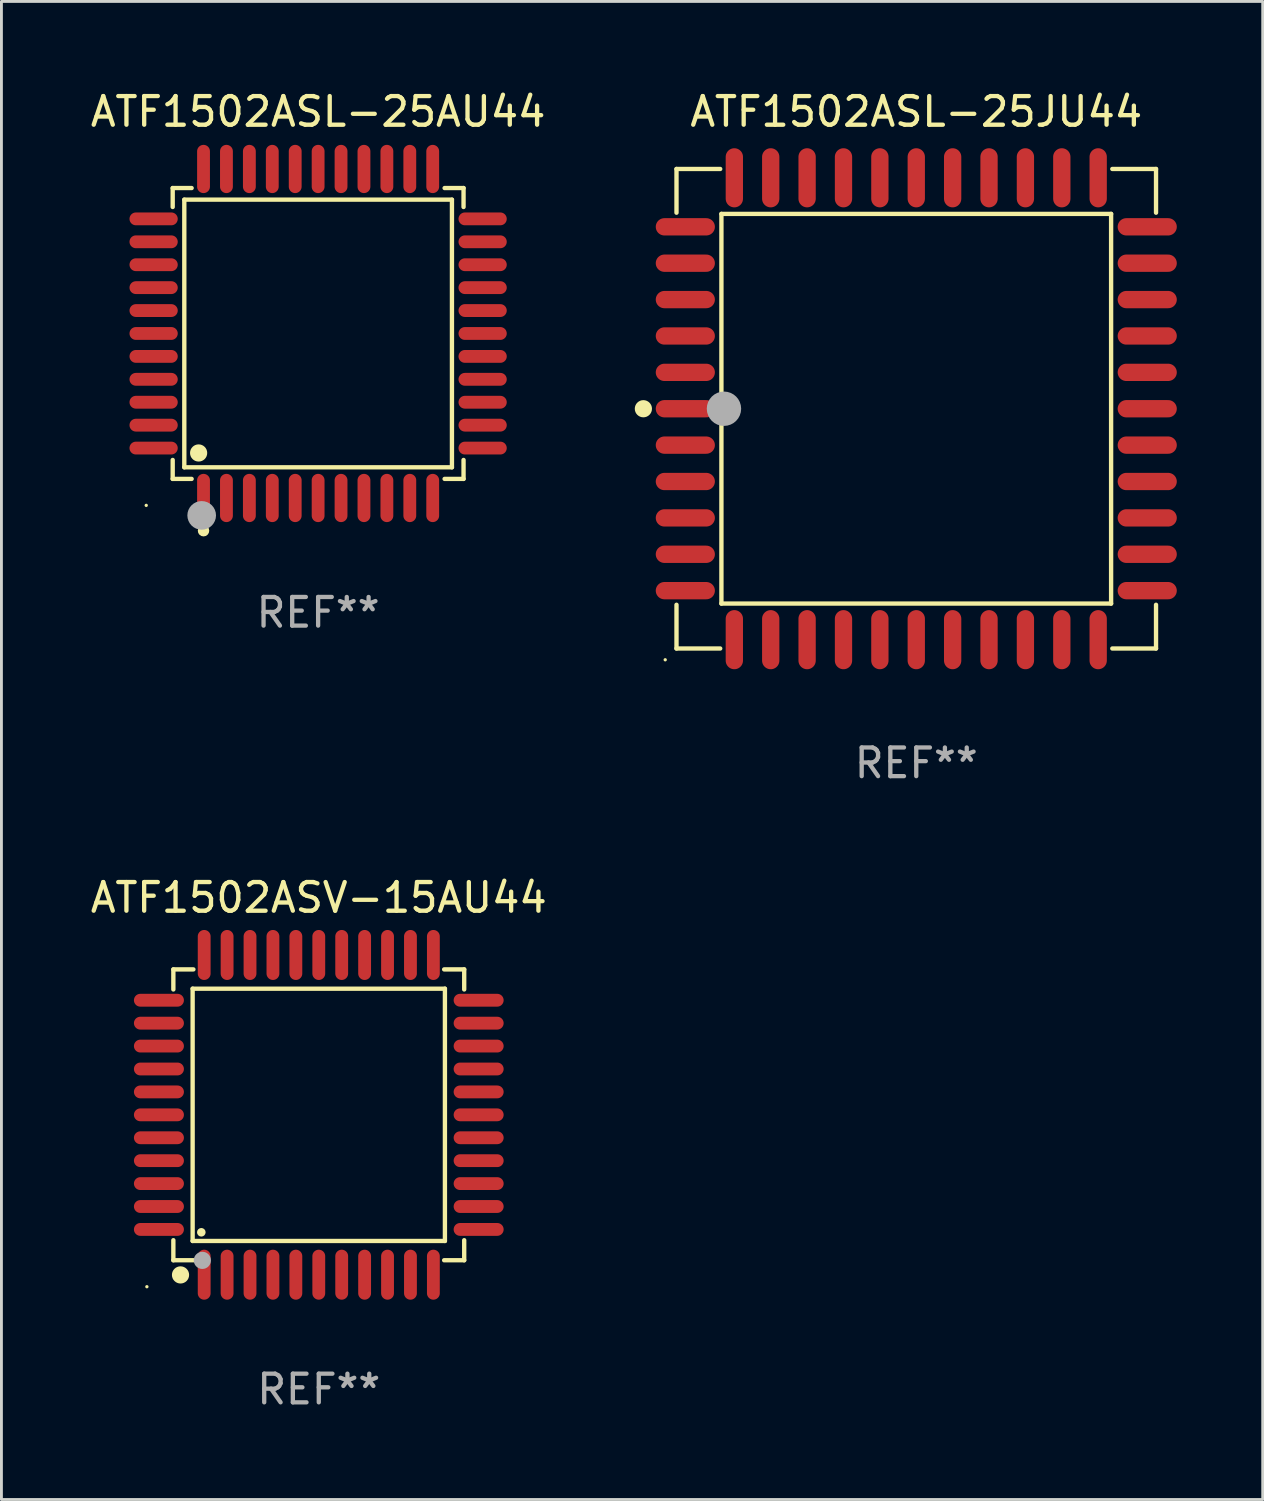
<source format=kicad_pcb>
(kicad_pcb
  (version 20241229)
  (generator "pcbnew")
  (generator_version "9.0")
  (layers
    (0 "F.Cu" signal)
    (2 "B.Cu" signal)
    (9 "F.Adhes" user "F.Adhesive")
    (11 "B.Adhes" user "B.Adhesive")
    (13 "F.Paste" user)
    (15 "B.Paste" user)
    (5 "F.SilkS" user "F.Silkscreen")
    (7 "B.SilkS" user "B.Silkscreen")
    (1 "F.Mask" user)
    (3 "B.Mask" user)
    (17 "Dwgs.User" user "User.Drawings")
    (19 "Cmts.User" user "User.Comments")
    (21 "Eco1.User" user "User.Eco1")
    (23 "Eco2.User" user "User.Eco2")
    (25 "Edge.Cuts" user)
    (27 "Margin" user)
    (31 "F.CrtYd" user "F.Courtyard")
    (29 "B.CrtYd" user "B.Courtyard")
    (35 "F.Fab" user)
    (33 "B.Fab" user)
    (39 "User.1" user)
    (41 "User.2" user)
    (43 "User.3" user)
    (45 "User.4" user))
  (footprint "ATF1502ASL-25JU44"
    (layer "F.Cu")
    (at 28.932 11.217)
    (property "Reference" "ATF1502ASL-25JU44" (at 0 -10.369 0) (layer "F.SilkS") (effects (font (size 1 1) (thickness 0.15))))
    (attr through_hole)
    (fp_line (start -8.369 -8.369) (end -6.843 -8.369) (stroke (width 0.152) (type solid)) (layer "F.SilkS"))
    (fp_line (start -8.369 -6.843) (end -8.369 -8.369) (stroke (width 0.152) (type solid)) (layer "F.SilkS"))
    (fp_line (start -8.369 6.843) (end -8.369 8.369) (stroke (width 0.152) (type solid)) (layer "F.SilkS"))
    (fp_line (start -8.369 8.369) (end -6.843 8.369) (stroke (width 0.152) (type solid)) (layer "F.SilkS"))
    (fp_line (start -6.801 -6.801) (end 6.801 -6.801) (stroke (width 0.152) (type solid)) (layer "F.SilkS"))
    (fp_line (start -6.801 6.801) (end -6.801 -6.801) (stroke (width 0.152) (type solid)) (layer "F.SilkS"))
    (fp_line (start 6.801 -6.801) (end 6.801 6.801) (stroke (width 0.152) (type solid)) (layer "F.SilkS"))
    (fp_line (start 6.801 6.801) (end -6.801 6.801) (stroke (width 0.152) (type solid)) (layer "F.SilkS"))
    (fp_line (start 8.369 -8.369) (end 6.843 -8.369) (stroke (width 0.152) (type solid)) (layer "F.SilkS"))
    (fp_line (start 8.369 -6.843) (end 8.369 -8.369) (stroke (width 0.152) (type solid)) (layer "F.SilkS"))
    (fp_line (start 8.369 6.843) (end 8.369 8.369) (stroke (width 0.152) (type solid)) (layer "F.SilkS"))
    (fp_line (start 8.369 8.369) (end 6.843 8.369) (stroke (width 0.152) (type solid)) (layer "F.SilkS"))
    (fp_circle (center -9.525 -0.000127) (end -9.375 -0.000127) (stroke (width 0.3) (type solid)) (fill no) (layer "F.SilkS"))
    (fp_circle (center -8.763 8.763) (end -8.733 8.763) (stroke (width 0.06) (type solid)) (fill no) (layer "F.SilkS"))
    (fp_circle (center -6.712 -0.000127) (end -6.412 -0.000127) (stroke (width 0.6) (type solid)) (fill no) (layer "F.Fab"))
    (fp_text user "REF**" (at 0 12.369 0) (layer "F.Fab") (effects (font (size 1 1) (thickness 0.15))))
    (pad "1" smd oval (at -8.061 -0.000127 90) (size 0.604 2.064) (layers "F.Cu" "F.Mask" "F.Paste"))
    (pad "2" smd oval (at -8.061 1.27 90) (size 0.604 2.064) (layers "F.Cu" "F.Mask" "F.Paste"))
    (pad "3" smd oval (at -8.061 2.54 90) (size 0.604 2.064) (layers "F.Cu" "F.Mask" "F.Paste"))
    (pad "4" smd oval (at -8.061 3.81 90) (size 0.604 2.064) (layers "F.Cu" "F.Mask" "F.Paste"))
    (pad "5" smd oval (at -8.061 5.08 90) (size 0.604 2.064) (layers "F.Cu" "F.Mask" "F.Paste"))
    (pad "6" smd oval (at -8.061 6.35 90) (size 0.604 2.064) (layers "F.Cu" "F.Mask" "F.Paste"))
    (pad "7" smd oval (at -6.35 8.061 90) (size 2.064 0.604) (layers "F.Cu" "F.Mask" "F.Paste"))
    (pad "8" smd oval (at -5.08 8.061 90) (size 2.064 0.604) (layers "F.Cu" "F.Mask" "F.Paste"))
    (pad "9" smd oval (at -3.81 8.061 90) (size 2.064 0.604) (layers "F.Cu" "F.Mask" "F.Paste"))
    (pad "10" smd oval (at -2.54 8.061 90) (size 2.064 0.604) (layers "F.Cu" "F.Mask" "F.Paste"))
    (pad "11" smd oval (at -1.27 8.061 90) (size 2.064 0.604) (layers "F.Cu" "F.Mask" "F.Paste"))
    (pad "12" smd oval (at 0.000076 8.061 90) (size 2.064 0.604) (layers "F.Cu" "F.Mask" "F.Paste"))
    (pad "13" smd oval (at 1.27 8.061 90) (size 2.064 0.604) (layers "F.Cu" "F.Mask" "F.Paste"))
    (pad "14" smd oval (at 2.54 8.061 90) (size 2.064 0.604) (layers "F.Cu" "F.Mask" "F.Paste"))
    (pad "15" smd oval (at 3.81 8.061 90) (size 2.064 0.604) (layers "F.Cu" "F.Mask" "F.Paste"))
    (pad "16" smd oval (at 5.08 8.061 90) (size 2.064 0.604) (layers "F.Cu" "F.Mask" "F.Paste"))
    (pad "17" smd oval (at 6.35 8.061 90) (size 2.064 0.604) (layers "F.Cu" "F.Mask" "F.Paste"))
    (pad "18" smd oval (at 8.062 6.35 90) (size 0.604 2.064) (layers "F.Cu" "F.Mask" "F.Paste"))
    (pad "19" smd oval (at 8.062 5.08 90) (size 0.604 2.064) (layers "F.Cu" "F.Mask" "F.Paste"))
    (pad "20" smd oval (at 8.062 3.81 90) (size 0.604 2.064) (layers "F.Cu" "F.Mask" "F.Paste"))
    (pad "21" smd oval (at 8.062 2.54 90) (size 0.604 2.064) (layers "F.Cu" "F.Mask" "F.Paste"))
    (pad "22" smd oval (at 8.062 1.27 90) (size 0.604 2.064) (layers "F.Cu" "F.Mask" "F.Paste"))
    (pad "23" smd oval (at 8.062 -0.000127 90) (size 0.604 2.064) (layers "F.Cu" "F.Mask" "F.Paste"))
    (pad "24" smd oval (at 8.062 -1.27 90) (size 0.604 2.064) (layers "F.Cu" "F.Mask" "F.Paste"))
    (pad "25" smd oval (at 8.062 -2.54 90) (size 0.604 2.064) (layers "F.Cu" "F.Mask" "F.Paste"))
    (pad "26" smd oval (at 8.062 -3.81 90) (size 0.604 2.064) (layers "F.Cu" "F.Mask" "F.Paste"))
    (pad "27" smd oval (at 8.062 -5.08 90) (size 0.604 2.064) (layers "F.Cu" "F.Mask" "F.Paste"))
    (pad "28" smd oval (at 8.062 -6.35 90) (size 0.604 2.064) (layers "F.Cu" "F.Mask" "F.Paste"))
    (pad "29" smd oval (at 6.35 -8.061 90) (size 2.064 0.604) (layers "F.Cu" "F.Mask" "F.Paste"))
    (pad "30" smd oval (at 5.08 -8.061 90) (size 2.064 0.604) (layers "F.Cu" "F.Mask" "F.Paste"))
    (pad "31" smd oval (at 3.81 -8.061 90) (size 2.064 0.604) (layers "F.Cu" "F.Mask" "F.Paste"))
    (pad "32" smd oval (at 2.54 -8.061 90) (size 2.064 0.604) (layers "F.Cu" "F.Mask" "F.Paste"))
    (pad "33" smd oval (at 1.27 -8.061 90) (size 2.064 0.604) (layers "F.Cu" "F.Mask" "F.Paste"))
    (pad "34" smd oval (at 0.000076 -8.061 90) (size 2.064 0.604) (layers "F.Cu" "F.Mask" "F.Paste"))
    (pad "35" smd oval (at -1.27 -8.061 90) (size 2.064 0.604) (layers "F.Cu" "F.Mask" "F.Paste"))
    (pad "36" smd oval (at -2.54 -8.061 90) (size 2.064 0.604) (layers "F.Cu" "F.Mask" "F.Paste"))
    (pad "37" smd oval (at -3.81 -8.061 90) (size 2.064 0.604) (layers "F.Cu" "F.Mask" "F.Paste"))
    (pad "38" smd oval (at -5.08 -8.061 90) (size 2.064 0.604) (layers "F.Cu" "F.Mask" "F.Paste"))
    (pad "39" smd oval (at -6.35 -8.061 90) (size 2.064 0.604) (layers "F.Cu" "F.Mask" "F.Paste"))
    (pad "40" smd oval (at -8.061 -6.35 90) (size 0.604 2.064) (layers "F.Cu" "F.Mask" "F.Paste"))
    (pad "41" smd oval (at -8.061 -5.08 90) (size 0.604 2.064) (layers "F.Cu" "F.Mask" "F.Paste"))
    (pad "42" smd oval (at -8.061 -3.81 90) (size 0.604 2.064) (layers "F.Cu" "F.Mask" "F.Paste"))
    (pad "43" smd oval (at -8.061 -2.54 90) (size 0.604 2.064) (layers "F.Cu" "F.Mask" "F.Paste"))
    (pad "44" smd oval (at -8.061 -1.27 90) (size 0.604 2.064) (layers "F.Cu" "F.Mask" "F.Paste")))
  (footprint "ATF1502ASL-25AU44"
    (layer "F.Cu")
    (at 8.054 8.59)
    (property "Reference" "ATF1502ASL-25AU44" (at 0 -7.742 0) (layer "F.SilkS") (effects (font (size 1 1) (thickness 0.15))))
    (attr through_hole)
    (fp_line (start -5.076 -5.076) (end -4.415 -5.076) (stroke (width 0.152) (type solid)) (layer "F.SilkS"))
    (fp_line (start -5.076 -4.415) (end -5.076 -5.076) (stroke (width 0.152) (type solid)) (layer "F.SilkS"))
    (fp_line (start -5.076 4.415) (end -5.076 5.076) (stroke (width 0.152) (type solid)) (layer "F.SilkS"))
    (fp_line (start -5.076 5.076) (end -4.415 5.076) (stroke (width 0.152) (type solid)) (layer "F.SilkS"))
    (fp_line (start -4.671 -4.671) (end 4.671 -4.671) (stroke (width 0.152) (type solid)) (layer "F.SilkS"))
    (fp_line (start -4.671 4.671) (end -4.671 -4.671) (stroke (width 0.152) (type solid)) (layer "F.SilkS"))
    (fp_line (start 4.671 -4.671) (end 4.671 4.671) (stroke (width 0.152) (type solid)) (layer "F.SilkS"))
    (fp_line (start 4.671 4.671) (end -4.671 4.671) (stroke (width 0.152) (type solid)) (layer "F.SilkS"))
    (fp_line (start 5.076 -5.076) (end 4.415 -5.076) (stroke (width 0.152) (type solid)) (layer "F.SilkS"))
    (fp_line (start 5.076 -4.415) (end 5.076 -5.076) (stroke (width 0.152) (type solid)) (layer "F.SilkS"))
    (fp_line (start 5.076 4.415) (end 5.076 5.076) (stroke (width 0.152) (type solid)) (layer "F.SilkS"))
    (fp_line (start 5.076 5.076) (end 4.415 5.076) (stroke (width 0.152) (type solid)) (layer "F.SilkS"))
    (fp_circle (center -6 6) (end -5.97 6) (stroke (width 0.06) (type solid)) (fill no) (layer "F.SilkS"))
    (fp_circle (center -4.171 4.171) (end -4.021 4.171) (stroke (width 0.3) (type solid)) (fill no) (layer "F.SilkS"))
    (fp_circle (center -4 6.884) (end -3.9 6.884) (stroke (width 0.2) (type solid)) (fill no) (layer "F.SilkS"))
    (fp_circle (center -4.064 6.35) (end -3.814 6.35) (stroke (width 0.5) (type solid)) (fill no) (layer "F.Fab"))
    (fp_text user "REF**" (at 0 9.742 0) (layer "F.Fab") (effects (font (size 1 1) (thickness 0.15))))
    (pad "1" smd oval (at -4 5.742) (size 0.448 1.684) (layers "F.Cu" "F.Mask" "F.Paste"))
    (pad "2" smd oval (at -3.2 5.742) (size 0.448 1.684) (layers "F.Cu" "F.Mask" "F.Paste"))
    (pad "3" smd oval (at -2.4 5.742) (size 0.448 1.684) (layers "F.Cu" "F.Mask" "F.Paste"))
    (pad "4" smd oval (at -1.6 5.742) (size 0.448 1.684) (layers "F.Cu" "F.Mask" "F.Paste"))
    (pad "5" smd oval (at -0.8 5.742) (size 0.448 1.684) (layers "F.Cu" "F.Mask" "F.Paste"))
    (pad "6" smd oval (at 0 5.742) (size 0.448 1.684) (layers "F.Cu" "F.Mask" "F.Paste"))
    (pad "7" smd oval (at 0.8 5.742) (size 0.448 1.684) (layers "F.Cu" "F.Mask" "F.Paste"))
    (pad "8" smd oval (at 1.6 5.742) (size 0.448 1.684) (layers "F.Cu" "F.Mask" "F.Paste"))
    (pad "9" smd oval (at 2.4 5.742) (size 0.448 1.684) (layers "F.Cu" "F.Mask" "F.Paste"))
    (pad "10" smd oval (at 3.2 5.742) (size 0.448 1.684) (layers "F.Cu" "F.Mask" "F.Paste"))
    (pad "11" smd oval (at 4 5.742) (size 0.448 1.684) (layers "F.Cu" "F.Mask" "F.Paste"))
    (pad "12" smd oval (at 5.742 4) (size 1.684 0.448) (layers "F.Cu" "F.Mask" "F.Paste"))
    (pad "13" smd oval (at 5.742 3.2) (size 1.684 0.448) (layers "F.Cu" "F.Mask" "F.Paste"))
    (pad "14" smd oval (at 5.742 2.4) (size 1.684 0.448) (layers "F.Cu" "F.Mask" "F.Paste"))
    (pad "15" smd oval (at 5.742 1.6) (size 1.684 0.448) (layers "F.Cu" "F.Mask" "F.Paste"))
    (pad "16" smd oval (at 5.742 0.8) (size 1.684 0.448) (layers "F.Cu" "F.Mask" "F.Paste"))
    (pad "17" smd oval (at 5.742 0) (size 1.684 0.448) (layers "F.Cu" "F.Mask" "F.Paste"))
    (pad "18" smd oval (at 5.742 -0.8) (size 1.684 0.448) (layers "F.Cu" "F.Mask" "F.Paste"))
    (pad "19" smd oval (at 5.742 -1.6) (size 1.684 0.448) (layers "F.Cu" "F.Mask" "F.Paste"))
    (pad "20" smd oval (at 5.742 -2.4) (size 1.684 0.448) (layers "F.Cu" "F.Mask" "F.Paste"))
    (pad "21" smd oval (at 5.742 -3.2) (size 1.684 0.448) (layers "F.Cu" "F.Mask" "F.Paste"))
    (pad "22" smd oval (at 5.742 -4) (size 1.684 0.448) (layers "F.Cu" "F.Mask" "F.Paste"))
    (pad "23" smd oval (at 4 -5.742) (size 0.448 1.684) (layers "F.Cu" "F.Mask" "F.Paste"))
    (pad "24" smd oval (at 3.2 -5.742) (size 0.448 1.684) (layers "F.Cu" "F.Mask" "F.Paste"))
    (pad "25" smd oval (at 2.4 -5.742) (size 0.448 1.684) (layers "F.Cu" "F.Mask" "F.Paste"))
    (pad "26" smd oval (at 1.6 -5.742) (size 0.448 1.684) (layers "F.Cu" "F.Mask" "F.Paste"))
    (pad "27" smd oval (at 0.8 -5.742) (size 0.448 1.684) (layers "F.Cu" "F.Mask" "F.Paste"))
    (pad "28" smd oval (at 0 -5.742) (size 0.448 1.684) (layers "F.Cu" "F.Mask" "F.Paste"))
    (pad "29" smd oval (at -0.8 -5.742) (size 0.448 1.684) (layers "F.Cu" "F.Mask" "F.Paste"))
    (pad "30" smd oval (at -1.6 -5.742) (size 0.448 1.684) (layers "F.Cu" "F.Mask" "F.Paste"))
    (pad "31" smd oval (at -2.4 -5.742) (size 0.448 1.684) (layers "F.Cu" "F.Mask" "F.Paste"))
    (pad "32" smd oval (at -3.2 -5.742) (size 0.448 1.684) (layers "F.Cu" "F.Mask" "F.Paste"))
    (pad "33" smd oval (at -4 -5.742) (size 0.448 1.684) (layers "F.Cu" "F.Mask" "F.Paste"))
    (pad "34" smd oval (at -5.742 -4) (size 1.684 0.448) (layers "F.Cu" "F.Mask" "F.Paste"))
    (pad "35" smd oval (at -5.742 -3.2) (size 1.684 0.448) (layers "F.Cu" "F.Mask" "F.Paste"))
    (pad "36" smd oval (at -5.742 -2.4) (size 1.684 0.448) (layers "F.Cu" "F.Mask" "F.Paste"))
    (pad "37" smd oval (at -5.742 -1.6) (size 1.684 0.448) (layers "F.Cu" "F.Mask" "F.Paste"))
    (pad "38" smd oval (at -5.742 -0.8) (size 1.684 0.448) (layers "F.Cu" "F.Mask" "F.Paste"))
    (pad "39" smd oval (at -5.742 0) (size 1.684 0.448) (layers "F.Cu" "F.Mask" "F.Paste"))
    (pad "40" smd oval (at -5.742 0.8) (size 1.684 0.448) (layers "F.Cu" "F.Mask" "F.Paste"))
    (pad "41" smd oval (at -5.742 1.6) (size 1.684 0.448) (layers "F.Cu" "F.Mask" "F.Paste"))
    (pad "42" smd oval (at -5.742 2.4) (size 1.684 0.448) (layers "F.Cu" "F.Mask" "F.Paste"))
    (pad "43" smd oval (at -5.742 3.2) (size 1.684 0.448) (layers "F.Cu" "F.Mask" "F.Paste"))
    (pad "44" smd oval (at -5.742 4) (size 1.684 0.448) (layers "F.Cu" "F.Mask" "F.Paste")))
  (footprint "ATF1502ASV-15AU44"
    (layer "F.Cu")
    (at 8.077 35.863)
    (property "Reference" "ATF1502ASV-15AU44" (at 0 -7.58 0) (layer "F.SilkS") (effects (font (size 1 1) (thickness 0.15))))
    (attr through_hole)
    (fp_line (start -5.076 -5.076) (end -5.076 -4.376) (stroke (width 0.152) (type solid)) (layer "F.SilkS"))
    (fp_line (start -5.076 5.076) (end -5.076 4.376) (stroke (width 0.152) (type solid)) (layer "F.SilkS"))
    (fp_line (start -4.403 -4.403) (end 4.403 -4.403) (stroke (width 0.152) (type solid)) (layer "F.SilkS"))
    (fp_line (start -4.403 4.403) (end -4.403 -4.403) (stroke (width 0.152) (type solid)) (layer "F.SilkS"))
    (fp_line (start -4.376 -5.076) (end -5.076 -5.076) (stroke (width 0.152) (type solid)) (layer "F.SilkS"))
    (fp_line (start -4.376 5.076) (end -5.076 5.076) (stroke (width 0.152) (type solid)) (layer "F.SilkS"))
    (fp_line (start 4.376 -5.076) (end 5.076 -5.076) (stroke (width 0.152) (type solid)) (layer "F.SilkS"))
    (fp_line (start 4.376 5.076) (end 5.076 5.076) (stroke (width 0.152) (type solid)) (layer "F.SilkS"))
    (fp_line (start 4.403 -4.403) (end 4.403 4.403) (stroke (width 0.152) (type solid)) (layer "F.SilkS"))
    (fp_line (start 4.403 4.403) (end -4.403 4.403) (stroke (width 0.152) (type solid)) (layer "F.SilkS"))
    (fp_line (start 5.076 -5.076) (end 5.076 -4.376) (stroke (width 0.152) (type solid)) (layer "F.SilkS"))
    (fp_line (start 5.076 5.076) (end 5.076 4.376) (stroke (width 0.152) (type solid)) (layer "F.SilkS"))
    (fp_circle (center -6 6) (end -5.97 6) (stroke (width 0.06) (type solid)) (fill no) (layer "F.SilkS"))
    (fp_circle (center -4.826 5.588) (end -4.676 5.588) (stroke (width 0.3) (type solid)) (fill no) (layer "F.SilkS"))
    (fp_circle (center -4.1 4.1) (end -4.025 4.1) (stroke (width 0.15) (type solid)) (fill no) (layer "F.SilkS"))
    (fp_circle (center -4.064 5.08) (end -3.914 5.08) (stroke (width 0.3) (type solid)) (fill no) (layer "F.Fab"))
    (fp_text user "REF**" (at 0 9.58 0) (layer "F.Fab") (effects (font (size 1 1) (thickness 0.15))))
    (pad "1" smd oval (at -4 5.58) (size 0.448 1.745) (layers "F.Cu" "F.Mask" "F.Paste"))
    (pad "2" smd oval (at -3.2 5.58) (size 0.448 1.745) (layers "F.Cu" "F.Mask" "F.Paste"))
    (pad "3" smd oval (at -2.4 5.58) (size 0.448 1.745) (layers "F.Cu" "F.Mask" "F.Paste"))
    (pad "4" smd oval (at -1.6 5.58) (size 0.448 1.745) (layers "F.Cu" "F.Mask" "F.Paste"))
    (pad "5" smd oval (at -0.8 5.58) (size 0.448 1.745) (layers "F.Cu" "F.Mask" "F.Paste"))
    (pad "6" smd oval (at 0 5.58) (size 0.448 1.745) (layers "F.Cu" "F.Mask" "F.Paste"))
    (pad "7" smd oval (at 0.8 5.58) (size 0.448 1.745) (layers "F.Cu" "F.Mask" "F.Paste"))
    (pad "8" smd oval (at 1.6 5.58) (size 0.448 1.745) (layers "F.Cu" "F.Mask" "F.Paste"))
    (pad "9" smd oval (at 2.4 5.58) (size 0.448 1.745) (layers "F.Cu" "F.Mask" "F.Paste"))
    (pad "10" smd oval (at 3.2 5.58) (size 0.448 1.745) (layers "F.Cu" "F.Mask" "F.Paste"))
    (pad "11" smd oval (at 4 5.58) (size 0.448 1.745) (layers "F.Cu" "F.Mask" "F.Paste"))
    (pad "12" smd oval (at 5.58 4) (size 1.745 0.448) (layers "F.Cu" "F.Mask" "F.Paste"))
    (pad "13" smd oval (at 5.58 3.2) (size 1.745 0.448) (layers "F.Cu" "F.Mask" "F.Paste"))
    (pad "14" smd oval (at 5.58 2.4) (size 1.745 0.448) (layers "F.Cu" "F.Mask" "F.Paste"))
    (pad "15" smd oval (at 5.58 1.6) (size 1.745 0.448) (layers "F.Cu" "F.Mask" "F.Paste"))
    (pad "16" smd oval (at 5.58 0.8) (size 1.745 0.448) (layers "F.Cu" "F.Mask" "F.Paste"))
    (pad "17" smd oval (at 5.58 0) (size 1.745 0.448) (layers "F.Cu" "F.Mask" "F.Paste"))
    (pad "18" smd oval (at 5.58 -0.8) (size 1.745 0.448) (layers "F.Cu" "F.Mask" "F.Paste"))
    (pad "19" smd oval (at 5.58 -1.6) (size 1.745 0.448) (layers "F.Cu" "F.Mask" "F.Paste"))
    (pad "20" smd oval (at 5.58 -2.4) (size 1.745 0.448) (layers "F.Cu" "F.Mask" "F.Paste"))
    (pad "21" smd oval (at 5.58 -3.2) (size 1.745 0.448) (layers "F.Cu" "F.Mask" "F.Paste"))
    (pad "22" smd oval (at 5.58 -4) (size 1.745 0.448) (layers "F.Cu" "F.Mask" "F.Paste"))
    (pad "23" smd oval (at 4 -5.58) (size 0.448 1.745) (layers "F.Cu" "F.Mask" "F.Paste"))
    (pad "24" smd oval (at 3.2 -5.58) (size 0.448 1.745) (layers "F.Cu" "F.Mask" "F.Paste"))
    (pad "25" smd oval (at 2.4 -5.58) (size 0.448 1.745) (layers "F.Cu" "F.Mask" "F.Paste"))
    (pad "26" smd oval (at 1.6 -5.58) (size 0.448 1.745) (layers "F.Cu" "F.Mask" "F.Paste"))
    (pad "27" smd oval (at 0.8 -5.58) (size 0.448 1.745) (layers "F.Cu" "F.Mask" "F.Paste"))
    (pad "28" smd oval (at 0 -5.58) (size 0.448 1.745) (layers "F.Cu" "F.Mask" "F.Paste"))
    (pad "29" smd oval (at -0.8 -5.58) (size 0.448 1.745) (layers "F.Cu" "F.Mask" "F.Paste"))
    (pad "30" smd oval (at -1.6 -5.58) (size 0.448 1.745) (layers "F.Cu" "F.Mask" "F.Paste"))
    (pad "31" smd oval (at -2.4 -5.58) (size 0.448 1.745) (layers "F.Cu" "F.Mask" "F.Paste"))
    (pad "32" smd oval (at -3.2 -5.58) (size 0.448 1.745) (layers "F.Cu" "F.Mask" "F.Paste"))
    (pad "33" smd oval (at -4 -5.58) (size 0.448 1.745) (layers "F.Cu" "F.Mask" "F.Paste"))
    (pad "34" smd oval (at -5.58 -4) (size 1.745 0.448) (layers "F.Cu" "F.Mask" "F.Paste"))
    (pad "35" smd oval (at -5.58 -3.2) (size 1.745 0.448) (layers "F.Cu" "F.Mask" "F.Paste"))
    (pad "36" smd oval (at -5.58 -2.4) (size 1.745 0.448) (layers "F.Cu" "F.Mask" "F.Paste"))
    (pad "37" smd oval (at -5.58 -1.6) (size 1.745 0.448) (layers "F.Cu" "F.Mask" "F.Paste"))
    (pad "38" smd oval (at -5.58 -0.8) (size 1.745 0.448) (layers "F.Cu" "F.Mask" "F.Paste"))
    (pad "39" smd oval (at -5.58 0) (size 1.745 0.448) (layers "F.Cu" "F.Mask" "F.Paste"))
    (pad "40" smd oval (at -5.58 0.8) (size 1.745 0.448) (layers "F.Cu" "F.Mask" "F.Paste"))
    (pad "41" smd oval (at -5.58 1.6) (size 1.745 0.448) (layers "F.Cu" "F.Mask" "F.Paste"))
    (pad "42" smd oval (at -5.58 2.4) (size 1.745 0.448) (layers "F.Cu" "F.Mask" "F.Paste"))
    (pad "43" smd oval (at -5.58 3.2) (size 1.745 0.448) (layers "F.Cu" "F.Mask" "F.Paste"))
    (pad "44" smd oval (at -5.58 4) (size 1.745 0.448) (layers "F.Cu" "F.Mask" "F.Paste")))
  (gr_rect
    (start -3 -3)
    (end 41.025 49.291)
    (stroke (width 0.1) (type default))
    (fill no)
    (layer "Edge.Cuts")))
</source>
